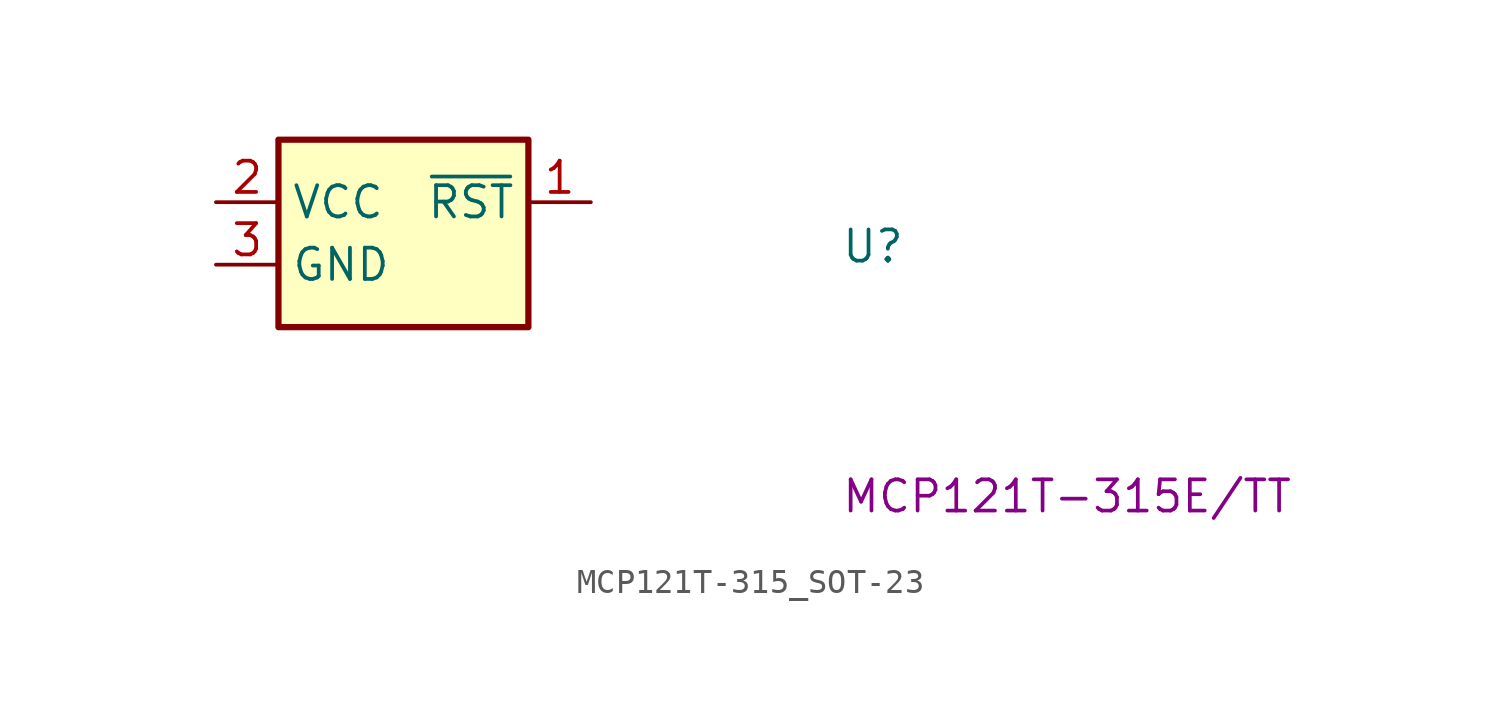
<source format=kicad_sym>
(kicad_symbol_lib
  (version 20220914)
  (generator kicad_symbol_editor)
  (symbol "MCP121T-315_SOT-23"
    (property "Reference" "U"
      (at 25.4 -2.54 0)
      (effects (font (size 1.27 1.27) (thickness 0.15)) (justify left bottom)))
    (property "MPN" "MCP121T-315E/TT"
      (at 25.4 -12.7 0)
      (effects (font (size 1.27 1.27) (thickness 0.15)) (justify left bottom)))
    (symbol "MCP121T-315_SOT-23_1_1"
      (rectangle (start 2.54 2.54) (end 12.7 -5.08) (stroke (width 0.254) (type default)) (fill (type background)))
      (pin passive line (at 15.24 0 180) (length 2.54) (name "~{RST}" (effects (font (size 1.27 1.27)))) (number "1" (effects (font (size 1.27 1.27)))))
      (pin passive line (at 0 0 0) (length 2.54) (name "VCC" (effects (font (size 1.27 1.27)))) (number "2" (effects (font (size 1.27 1.27)))))
      (pin passive line (at 0 -2.54 0) (length 2.54) (name "GND" (effects (font (size 1.27 1.27)))) (number "3" (effects (font (size 1.27 1.27))))))))
</source>
